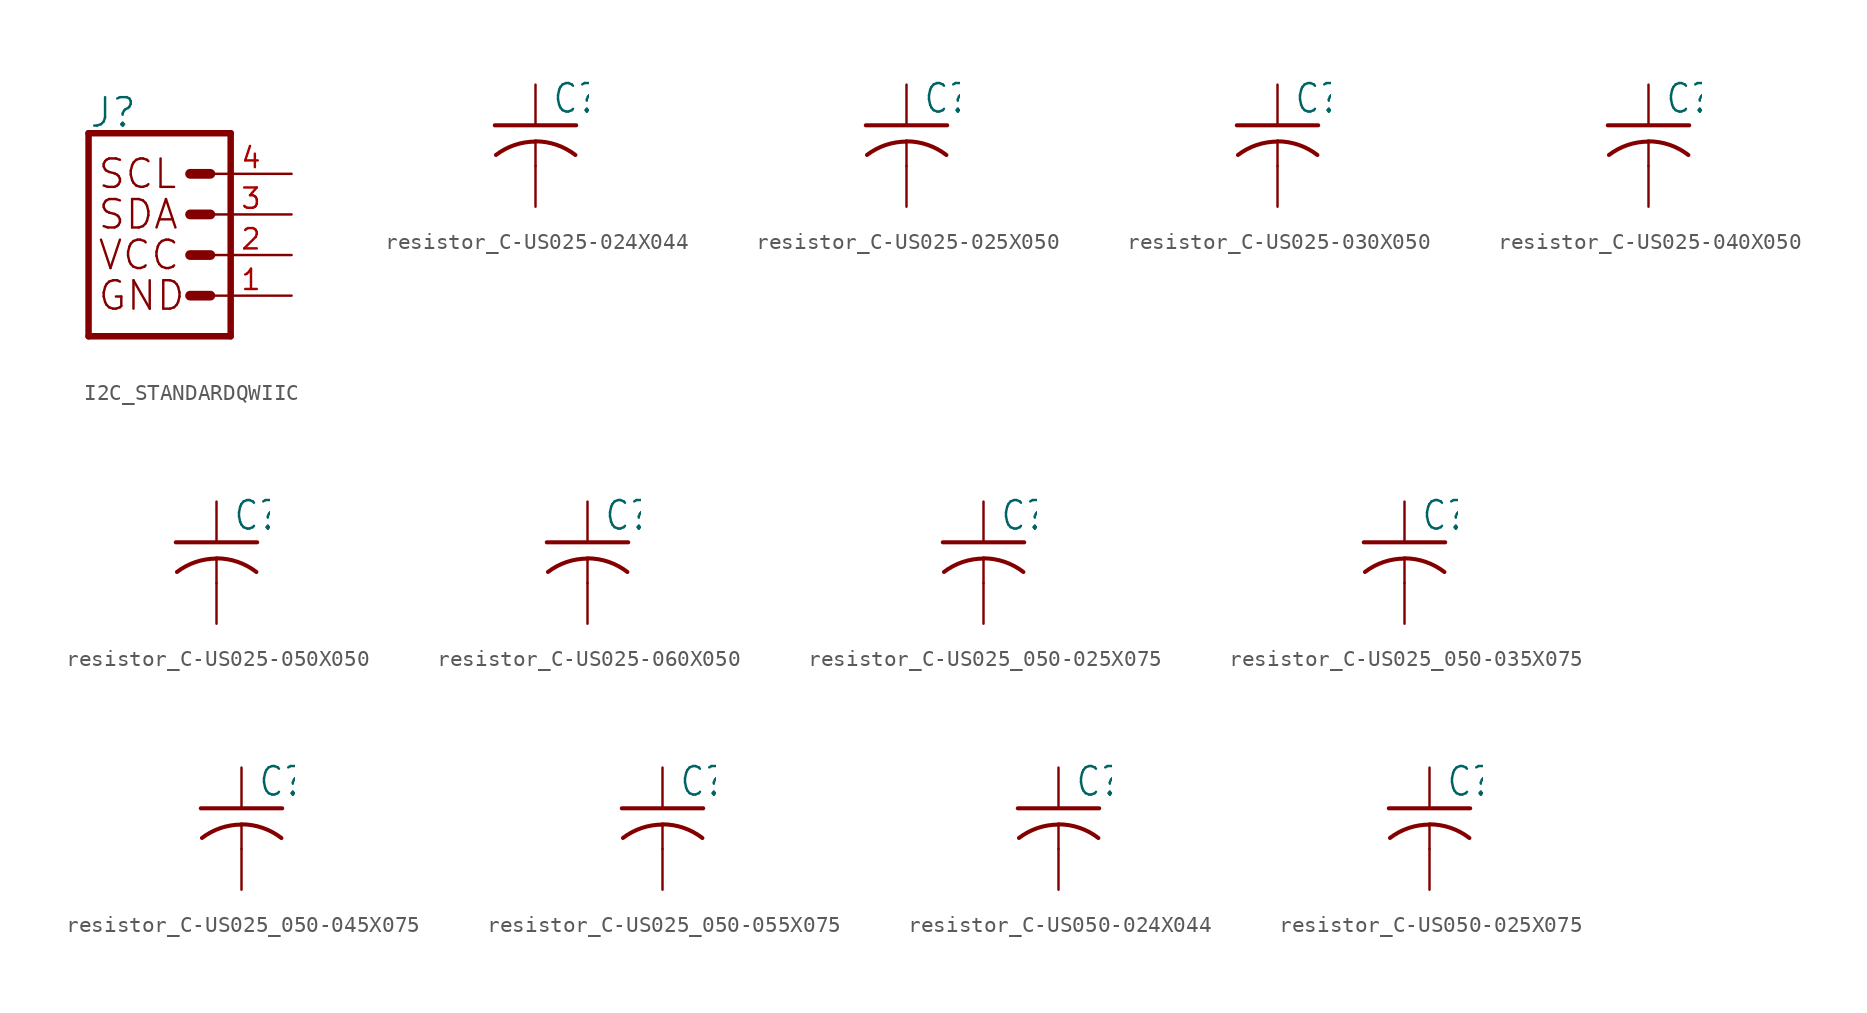
<source format=kicad_sym>
(kicad_symbol_lib
  (version 20231120)
  (generator "kicad_symbol_editor")
  (generator_version "8.0")
  (symbol "I2C_STANDARDQWIIC"
    (property "Reference" "J"
      (at -5.08 7.874 0)
      (effects (font (size 1.778 1.778)) (justify left bottom)))
    (property "Value" ""
      (at -5.08 -5.334 0)
      (effects (font (size 1.778 1.778)) (justify left top)))
    (property "ki_locked" ""
      (at 0 0 0)
      (effects (font (size 1.27 1.27))))
    (symbol "I2C_STANDARDQWIIC_1_0"
      (polyline (pts (xy -5.08 7.62) (xy -5.08 -5.08)) (stroke (width 0.406) (type solid)) (fill (type none)))
      (polyline (pts (xy -5.08 7.62) (xy 3.81 7.62)) (stroke (width 0.406) (type solid)) (fill (type none)))
      (polyline (pts (xy 1.27 -2.54) (xy 2.54 -2.54)) (stroke (width 0.61) (type solid)) (fill (type none)))
      (polyline (pts (xy 1.27 0) (xy 2.54 0)) (stroke (width 0.61) (type solid)) (fill (type none)))
      (polyline (pts (xy 1.27 2.54) (xy 2.54 2.54)) (stroke (width 0.61) (type solid)) (fill (type none)))
      (polyline (pts (xy 1.27 5.08) (xy 2.54 5.08)) (stroke (width 0.61) (type solid)) (fill (type none)))
      (polyline (pts (xy 3.81 -5.08) (xy -5.08 -5.08)) (stroke (width 0.406) (type solid)) (fill (type none)))
      (polyline (pts (xy 3.81 -5.08) (xy 3.81 7.62)) (stroke (width 0.406) (type solid)) (fill (type none)))
      (text "GND" (at -4.572 -2.54 0) (effects (font (size 1.778 1.778)) (justify left)))
      (text "SCL" (at -4.572 5.08 0) (effects (font (size 1.778 1.778)) (justify left)))
      (text "SDA" (at -4.572 2.54 0) (effects (font (size 1.778 1.778)) (justify left)))
      (text "VCC" (at -4.572 0 0) (effects (font (size 1.778 1.778)) (justify left)))
      (pin power_in line (at 7.62 -2.54 180) (length 5.08) (name "1" (effects (font (size 0 0)))) (number "1" (effects (font (size 1.27 1.27)))))
      (pin power_in line (at 7.62 0 180) (length 5.08) (name "2" (effects (font (size 0 0)))) (number "2" (effects (font (size 1.27 1.27)))))
      (pin passive line (at 7.62 2.54 180) (length 5.08) (name "3" (effects (font (size 0 0)))) (number "3" (effects (font (size 1.27 1.27)))))
      (pin passive line (at 7.62 5.08 180) (length 5.08) (name "4" (effects (font (size 0 0)))) (number "4" (effects (font (size 1.27 1.27)))))))
  (symbol "resistor_C-US025-024X044"
    (property "Reference" "C"
      (at 1.016 0.635 0)
      (effects (font (size 1.778 1.511)) (justify left bottom)))
    (property "Value" ""
      (at 1.016 -4.191 0)
      (effects (font (size 1.778 1.511)) (justify left bottom)))
    (property "ki_locked" ""
      (at 0 0 0)
      (effects (font (size 1.27 1.27))))
    (symbol "resistor_C-US025-024X044_1_0"
      (arc (start 0 -1.0161) (mid -1.302 -1.2303) (end -2.4668 -1.8504) (stroke (width 0.254) (type solid)) (fill (type none)))
      (polyline (pts (xy -2.54 0) (xy 2.54 0)) (stroke (width 0.254) (type solid)) (fill (type none)))
      (polyline (pts (xy 0 -1.016) (xy 0 -2.54)) (stroke (width 0.152) (type solid)) (fill (type none)))
      (arc (start 2.4892 -1.8541) (mid 1.3158 -1.2194) (end 0 -1) (stroke (width 0.254) (type solid)) (fill (type none)))
      (pin passive line (at 0 2.54 270) (length 2.54) (name "1" (effects (font (size 0 0)))) (number "1" (effects (font (size 0 0)))))
      (pin passive line (at 0 -5.08 90) (length 2.54) (name "2" (effects (font (size 0 0)))) (number "2" (effects (font (size 0 0)))))))
  (symbol "resistor_C-US025-025X050"
    (property "Reference" "C"
      (at 1.016 0.635 0)
      (effects (font (size 1.778 1.511)) (justify left bottom)))
    (property "Value" ""
      (at 1.016 -4.191 0)
      (effects (font (size 1.778 1.511)) (justify left bottom)))
    (property "ki_locked" ""
      (at 0 0 0)
      (effects (font (size 1.27 1.27))))
    (symbol "resistor_C-US025-025X050_1_0"
      (arc (start 0 -1.0161) (mid -1.302 -1.2303) (end -2.4668 -1.8504) (stroke (width 0.254) (type solid)) (fill (type none)))
      (polyline (pts (xy -2.54 0) (xy 2.54 0)) (stroke (width 0.254) (type solid)) (fill (type none)))
      (polyline (pts (xy 0 -1.016) (xy 0 -2.54)) (stroke (width 0.152) (type solid)) (fill (type none)))
      (arc (start 2.4892 -1.8541) (mid 1.3158 -1.2194) (end 0 -1) (stroke (width 0.254) (type solid)) (fill (type none)))
      (pin passive line (at 0 2.54 270) (length 2.54) (name "1" (effects (font (size 0 0)))) (number "1" (effects (font (size 0 0)))))
      (pin passive line (at 0 -5.08 90) (length 2.54) (name "2" (effects (font (size 0 0)))) (number "2" (effects (font (size 0 0)))))))
  (symbol "resistor_C-US025-030X050"
    (property "Reference" "C"
      (at 1.016 0.635 0)
      (effects (font (size 1.778 1.511)) (justify left bottom)))
    (property "Value" ""
      (at 1.016 -4.191 0)
      (effects (font (size 1.778 1.511)) (justify left bottom)))
    (property "ki_locked" ""
      (at 0 0 0)
      (effects (font (size 1.27 1.27))))
    (symbol "resistor_C-US025-030X050_1_0"
      (arc (start 0 -1.0161) (mid -1.302 -1.2303) (end -2.4668 -1.8504) (stroke (width 0.254) (type solid)) (fill (type none)))
      (polyline (pts (xy -2.54 0) (xy 2.54 0)) (stroke (width 0.254) (type solid)) (fill (type none)))
      (polyline (pts (xy 0 -1.016) (xy 0 -2.54)) (stroke (width 0.152) (type solid)) (fill (type none)))
      (arc (start 2.4892 -1.8541) (mid 1.3158 -1.2194) (end 0 -1) (stroke (width 0.254) (type solid)) (fill (type none)))
      (pin passive line (at 0 2.54 270) (length 2.54) (name "1" (effects (font (size 0 0)))) (number "1" (effects (font (size 0 0)))))
      (pin passive line (at 0 -5.08 90) (length 2.54) (name "2" (effects (font (size 0 0)))) (number "2" (effects (font (size 0 0)))))))
  (symbol "resistor_C-US025-040X050"
    (property "Reference" "C"
      (at 1.016 0.635 0)
      (effects (font (size 1.778 1.511)) (justify left bottom)))
    (property "Value" ""
      (at 1.016 -4.191 0)
      (effects (font (size 1.778 1.511)) (justify left bottom)))
    (property "ki_locked" ""
      (at 0 0 0)
      (effects (font (size 1.27 1.27))))
    (symbol "resistor_C-US025-040X050_1_0"
      (arc (start 0 -1.0161) (mid -1.302 -1.2303) (end -2.4668 -1.8504) (stroke (width 0.254) (type solid)) (fill (type none)))
      (polyline (pts (xy -2.54 0) (xy 2.54 0)) (stroke (width 0.254) (type solid)) (fill (type none)))
      (polyline (pts (xy 0 -1.016) (xy 0 -2.54)) (stroke (width 0.152) (type solid)) (fill (type none)))
      (arc (start 2.4892 -1.8541) (mid 1.3158 -1.2194) (end 0 -1) (stroke (width 0.254) (type solid)) (fill (type none)))
      (pin passive line (at 0 2.54 270) (length 2.54) (name "1" (effects (font (size 0 0)))) (number "1" (effects (font (size 0 0)))))
      (pin passive line (at 0 -5.08 90) (length 2.54) (name "2" (effects (font (size 0 0)))) (number "2" (effects (font (size 0 0)))))))
  (symbol "resistor_C-US025-050X050"
    (property "Reference" "C"
      (at 1.016 0.635 0)
      (effects (font (size 1.778 1.511)) (justify left bottom)))
    (property "Value" ""
      (at 1.016 -4.191 0)
      (effects (font (size 1.778 1.511)) (justify left bottom)))
    (property "ki_locked" ""
      (at 0 0 0)
      (effects (font (size 1.27 1.27))))
    (symbol "resistor_C-US025-050X050_1_0"
      (arc (start 0 -1.0161) (mid -1.302 -1.2303) (end -2.4668 -1.8504) (stroke (width 0.254) (type solid)) (fill (type none)))
      (polyline (pts (xy -2.54 0) (xy 2.54 0)) (stroke (width 0.254) (type solid)) (fill (type none)))
      (polyline (pts (xy 0 -1.016) (xy 0 -2.54)) (stroke (width 0.152) (type solid)) (fill (type none)))
      (arc (start 2.4892 -1.8541) (mid 1.3158 -1.2194) (end 0 -1) (stroke (width 0.254) (type solid)) (fill (type none)))
      (pin passive line (at 0 2.54 270) (length 2.54) (name "1" (effects (font (size 0 0)))) (number "1" (effects (font (size 0 0)))))
      (pin passive line (at 0 -5.08 90) (length 2.54) (name "2" (effects (font (size 0 0)))) (number "2" (effects (font (size 0 0)))))))
  (symbol "resistor_C-US025-060X050"
    (property "Reference" "C"
      (at 1.016 0.635 0)
      (effects (font (size 1.778 1.511)) (justify left bottom)))
    (property "Value" ""
      (at 1.016 -4.191 0)
      (effects (font (size 1.778 1.511)) (justify left bottom)))
    (property "ki_locked" ""
      (at 0 0 0)
      (effects (font (size 1.27 1.27))))
    (symbol "resistor_C-US025-060X050_1_0"
      (arc (start 0 -1.0161) (mid -1.302 -1.2303) (end -2.4668 -1.8504) (stroke (width 0.254) (type solid)) (fill (type none)))
      (polyline (pts (xy -2.54 0) (xy 2.54 0)) (stroke (width 0.254) (type solid)) (fill (type none)))
      (polyline (pts (xy 0 -1.016) (xy 0 -2.54)) (stroke (width 0.152) (type solid)) (fill (type none)))
      (arc (start 2.4892 -1.8541) (mid 1.3158 -1.2194) (end 0 -1) (stroke (width 0.254) (type solid)) (fill (type none)))
      (pin passive line (at 0 2.54 270) (length 2.54) (name "1" (effects (font (size 0 0)))) (number "1" (effects (font (size 0 0)))))
      (pin passive line (at 0 -5.08 90) (length 2.54) (name "2" (effects (font (size 0 0)))) (number "2" (effects (font (size 0 0)))))))
  (symbol "resistor_C-US025_050-025X075"
    (property "Reference" "C"
      (at 1.016 0.635 0)
      (effects (font (size 1.778 1.511)) (justify left bottom)))
    (property "Value" ""
      (at 1.016 -4.191 0)
      (effects (font (size 1.778 1.511)) (justify left bottom)))
    (property "ki_locked" ""
      (at 0 0 0)
      (effects (font (size 1.27 1.27))))
    (symbol "resistor_C-US025_050-025X075_1_0"
      (arc (start 0 -1.0161) (mid -1.302 -1.2303) (end -2.4668 -1.8504) (stroke (width 0.254) (type solid)) (fill (type none)))
      (polyline (pts (xy -2.54 0) (xy 2.54 0)) (stroke (width 0.254) (type solid)) (fill (type none)))
      (polyline (pts (xy 0 -1.016) (xy 0 -2.54)) (stroke (width 0.152) (type solid)) (fill (type none)))
      (arc (start 2.4892 -1.8541) (mid 1.3158 -1.2194) (end 0 -1) (stroke (width 0.254) (type solid)) (fill (type none)))
      (pin passive line (at 0 2.54 270) (length 2.54) (name "1" (effects (font (size 0 0)))) (number "1" (effects (font (size 0 0)))))
      (pin passive line (at 0 -5.08 90) (length 2.54) (name "2" (effects (font (size 0 0)))) (number "2" (effects (font (size 0 0)))))))
  (symbol "resistor_C-US025_050-035X075"
    (property "Reference" "C"
      (at 1.016 0.635 0)
      (effects (font (size 1.778 1.511)) (justify left bottom)))
    (property "Value" ""
      (at 1.016 -4.191 0)
      (effects (font (size 1.778 1.511)) (justify left bottom)))
    (property "ki_locked" ""
      (at 0 0 0)
      (effects (font (size 1.27 1.27))))
    (symbol "resistor_C-US025_050-035X075_1_0"
      (arc (start 0 -1.0161) (mid -1.302 -1.2303) (end -2.4668 -1.8504) (stroke (width 0.254) (type solid)) (fill (type none)))
      (polyline (pts (xy -2.54 0) (xy 2.54 0)) (stroke (width 0.254) (type solid)) (fill (type none)))
      (polyline (pts (xy 0 -1.016) (xy 0 -2.54)) (stroke (width 0.152) (type solid)) (fill (type none)))
      (arc (start 2.4892 -1.8541) (mid 1.3158 -1.2194) (end 0 -1) (stroke (width 0.254) (type solid)) (fill (type none)))
      (pin passive line (at 0 2.54 270) (length 2.54) (name "1" (effects (font (size 0 0)))) (number "1" (effects (font (size 0 0)))))
      (pin passive line (at 0 -5.08 90) (length 2.54) (name "2" (effects (font (size 0 0)))) (number "2" (effects (font (size 0 0)))))))
  (symbol "resistor_C-US025_050-045X075"
    (property "Reference" "C"
      (at 1.016 0.635 0)
      (effects (font (size 1.778 1.511)) (justify left bottom)))
    (property "Value" ""
      (at 1.016 -4.191 0)
      (effects (font (size 1.778 1.511)) (justify left bottom)))
    (property "ki_locked" ""
      (at 0 0 0)
      (effects (font (size 1.27 1.27))))
    (symbol "resistor_C-US025_050-045X075_1_0"
      (arc (start 0 -1.0161) (mid -1.302 -1.2303) (end -2.4668 -1.8504) (stroke (width 0.254) (type solid)) (fill (type none)))
      (polyline (pts (xy -2.54 0) (xy 2.54 0)) (stroke (width 0.254) (type solid)) (fill (type none)))
      (polyline (pts (xy 0 -1.016) (xy 0 -2.54)) (stroke (width 0.152) (type solid)) (fill (type none)))
      (arc (start 2.4892 -1.8541) (mid 1.3158 -1.2194) (end 0 -1) (stroke (width 0.254) (type solid)) (fill (type none)))
      (pin passive line (at 0 2.54 270) (length 2.54) (name "1" (effects (font (size 0 0)))) (number "1" (effects (font (size 0 0)))))
      (pin passive line (at 0 -5.08 90) (length 2.54) (name "2" (effects (font (size 0 0)))) (number "2" (effects (font (size 0 0)))))))
  (symbol "resistor_C-US025_050-055X075"
    (property "Reference" "C"
      (at 1.016 0.635 0)
      (effects (font (size 1.778 1.511)) (justify left bottom)))
    (property "Value" ""
      (at 1.016 -4.191 0)
      (effects (font (size 1.778 1.511)) (justify left bottom)))
    (property "ki_locked" ""
      (at 0 0 0)
      (effects (font (size 1.27 1.27))))
    (symbol "resistor_C-US025_050-055X075_1_0"
      (arc (start 0 -1.0161) (mid -1.302 -1.2303) (end -2.4668 -1.8504) (stroke (width 0.254) (type solid)) (fill (type none)))
      (polyline (pts (xy -2.54 0) (xy 2.54 0)) (stroke (width 0.254) (type solid)) (fill (type none)))
      (polyline (pts (xy 0 -1.016) (xy 0 -2.54)) (stroke (width 0.152) (type solid)) (fill (type none)))
      (arc (start 2.4892 -1.8541) (mid 1.3158 -1.2194) (end 0 -1) (stroke (width 0.254) (type solid)) (fill (type none)))
      (pin passive line (at 0 2.54 270) (length 2.54) (name "1" (effects (font (size 0 0)))) (number "1" (effects (font (size 0 0)))))
      (pin passive line (at 0 -5.08 90) (length 2.54) (name "2" (effects (font (size 0 0)))) (number "2" (effects (font (size 0 0)))))))
  (symbol "resistor_C-US050-024X044"
    (property "Reference" "C"
      (at 1.016 0.635 0)
      (effects (font (size 1.778 1.511)) (justify left bottom)))
    (property "Value" ""
      (at 1.016 -4.191 0)
      (effects (font (size 1.778 1.511)) (justify left bottom)))
    (property "ki_locked" ""
      (at 0 0 0)
      (effects (font (size 1.27 1.27))))
    (symbol "resistor_C-US050-024X044_1_0"
      (arc (start 0 -1.0161) (mid -1.302 -1.2303) (end -2.4668 -1.8504) (stroke (width 0.254) (type solid)) (fill (type none)))
      (polyline (pts (xy -2.54 0) (xy 2.54 0)) (stroke (width 0.254) (type solid)) (fill (type none)))
      (polyline (pts (xy 0 -1.016) (xy 0 -2.54)) (stroke (width 0.152) (type solid)) (fill (type none)))
      (arc (start 2.4892 -1.8541) (mid 1.3158 -1.2194) (end 0 -1) (stroke (width 0.254) (type solid)) (fill (type none)))
      (pin passive line (at 0 2.54 270) (length 2.54) (name "1" (effects (font (size 0 0)))) (number "1" (effects (font (size 0 0)))))
      (pin passive line (at 0 -5.08 90) (length 2.54) (name "2" (effects (font (size 0 0)))) (number "2" (effects (font (size 0 0)))))))
  (symbol "resistor_C-US050-025X075"
    (property "Reference" "C"
      (at 1.016 0.635 0)
      (effects (font (size 1.778 1.511)) (justify left bottom)))
    (property "Value" ""
      (at 1.016 -4.191 0)
      (effects (font (size 1.778 1.511)) (justify left bottom)))
    (property "ki_locked" ""
      (at 0 0 0)
      (effects (font (size 1.27 1.27))))
    (symbol "resistor_C-US050-025X075_1_0"
      (arc (start 0 -1.0161) (mid -1.302 -1.2303) (end -2.4668 -1.8504) (stroke (width 0.254) (type solid)) (fill (type none)))
      (polyline (pts (xy -2.54 0) (xy 2.54 0)) (stroke (width 0.254) (type solid)) (fill (type none)))
      (polyline (pts (xy 0 -1.016) (xy 0 -2.54)) (stroke (width 0.152) (type solid)) (fill (type none)))
      (arc (start 2.4892 -1.8541) (mid 1.3158 -1.2194) (end 0 -1) (stroke (width 0.254) (type solid)) (fill (type none)))
      (pin passive line (at 0 2.54 270) (length 2.54) (name "1" (effects (font (size 0 0)))) (number "1" (effects (font (size 0 0)))))
      (pin passive line (at 0 -5.08 90) (length 2.54) (name "2" (effects (font (size 0 0)))) (number "2" (effects (font (size 0 0))))))))
</source>
